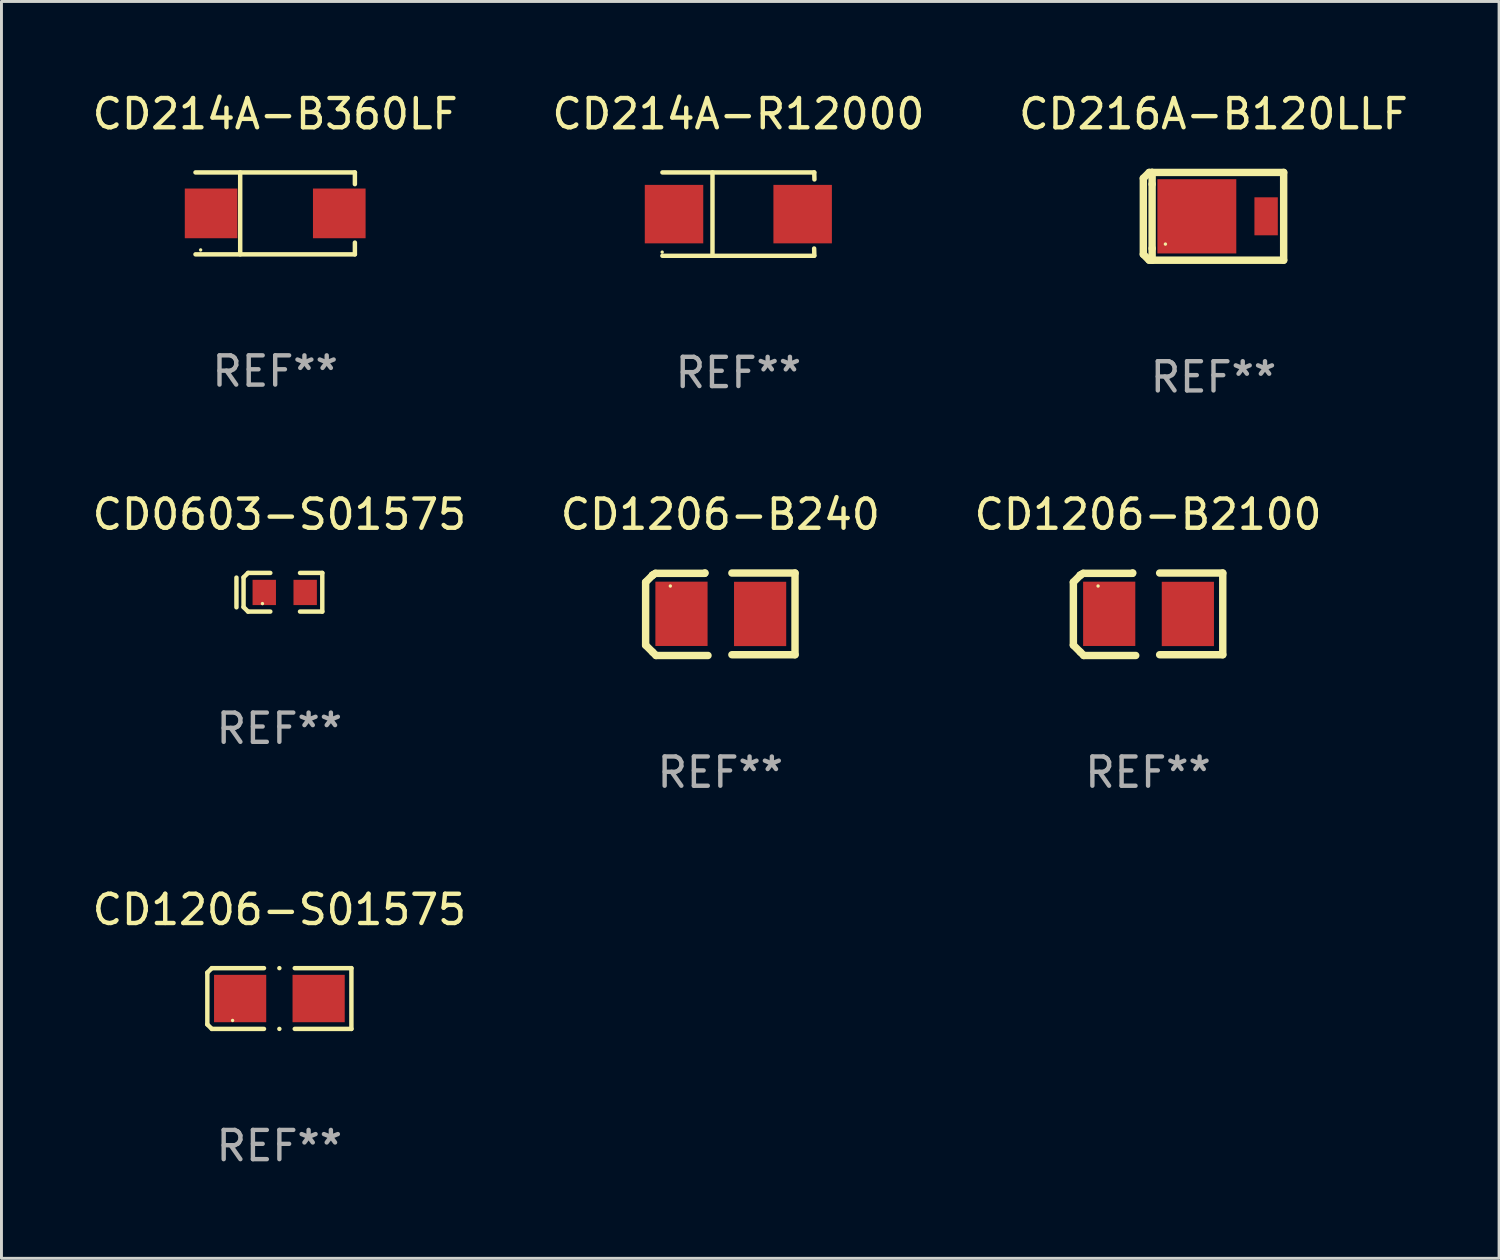
<source format=kicad_pcb>
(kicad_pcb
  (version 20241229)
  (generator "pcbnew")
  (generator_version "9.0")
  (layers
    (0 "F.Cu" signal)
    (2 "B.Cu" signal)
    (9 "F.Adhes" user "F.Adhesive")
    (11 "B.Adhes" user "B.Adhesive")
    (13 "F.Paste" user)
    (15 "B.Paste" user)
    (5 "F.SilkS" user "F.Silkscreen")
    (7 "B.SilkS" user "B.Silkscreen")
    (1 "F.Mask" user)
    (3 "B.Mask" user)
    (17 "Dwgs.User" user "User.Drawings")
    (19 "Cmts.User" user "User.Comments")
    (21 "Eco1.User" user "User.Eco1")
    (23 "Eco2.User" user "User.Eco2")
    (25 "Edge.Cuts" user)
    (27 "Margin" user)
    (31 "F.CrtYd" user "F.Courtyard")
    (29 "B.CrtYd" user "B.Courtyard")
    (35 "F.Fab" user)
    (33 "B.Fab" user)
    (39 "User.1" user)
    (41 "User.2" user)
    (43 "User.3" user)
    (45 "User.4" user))
  (footprint "CD214A-B360LF"
    (layer "F.Cu")
    (at 6.363 4.249)
    (property "Reference" "CD214A-B360LF" (at 0 -3.401 0) (layer "F.SilkS") (effects (font (size 1 1) (thickness 0.15))))
    (attr through_hole)
    (fp_line (start -2.726 -1.401) (end 2.726 -1.401) (stroke (width 0.152) (type solid)) (layer "F.SilkS"))
    (fp_line (start -2.726 1.401) (end 2.726 1.401) (stroke (width 0.152) (type solid)) (layer "F.SilkS"))
    (fp_line (start -1.197 -1.401) (end -1.197 1.401) (stroke (width 0.152) (type solid)) (layer "F.SilkS"))
    (fp_line (start 2.726 -1.401) (end 2.726 -1) (stroke (width 0.152) (type solid)) (layer "F.SilkS"))
    (fp_line (start 2.726 1.401) (end 2.726 1) (stroke (width 0.152) (type solid)) (layer "F.SilkS"))
    (fp_circle (center -2.55 1.25) (end -2.52 1.25) (stroke (width 0.06) (type solid)) (fill no) (layer "F.SilkS"))
    (fp_text user "REF**" (at 0 5.401 0) (layer "F.Fab") (effects (font (size 1 1) (thickness 0.15))))
    (pad "1" smd rect (at -2.192 0) (size 1.8 1.7) (layers "F.Cu" "F.Mask" "F.Paste"))
    (pad "2" smd rect (at 2.192 0) (size 1.8 1.7) (layers "F.Cu" "F.Mask" "F.Paste")))
  (footprint "CD1206-S01575"
    (layer "F.Cu")
    (at 6.506 31.105)
    (property "Reference" "CD1206-S01575" (at 0 -3.039 0) (layer "F.SilkS") (effects (font (size 1 1) (thickness 0.15))))
    (attr through_hole)
    (fp_line (start -2.464 -0.886) (end -2.311 -1.039) (stroke (width 0.152) (type solid)) (layer "F.SilkS"))
    (fp_line (start -2.464 0.886) (end -2.464 -0.886) (stroke (width 0.152) (type solid)) (layer "F.SilkS"))
    (fp_line (start -2.311 -1.039) (end -0.526 -1.039) (stroke (width 0.152) (type solid)) (layer "F.SilkS"))
    (fp_line (start -2.311 1.039) (end -2.464 0.886) (stroke (width 0.152) (type solid)) (layer "F.SilkS"))
    (fp_line (start -0.526 1.039) (end -2.311 1.039) (stroke (width 0.152) (type solid)) (layer "F.SilkS"))
    (fp_line (start 0.526 1.039) (end 2.464 1.039) (stroke (width 0.152) (type solid)) (layer "F.SilkS"))
    (fp_line (start 2.464 -1.039) (end 0.526 -1.039) (stroke (width 0.152) (type solid)) (layer "F.SilkS"))
    (fp_line (start 2.464 1.039) (end 2.464 -1.039) (stroke (width 0.152) (type solid)) (layer "F.SilkS"))
    (fp_circle (center -1.6 0.75) (end -1.57 0.75) (stroke (width 0.06) (type solid)) (fill no) (layer "F.SilkS"))
    (fp_circle (center -0.000038 -1.039) (end 0.038 -1.039) (stroke (width 0.076) (type solid)) (fill no) (layer "F.SilkS"))
    (fp_circle (center -0.000038 1.039) (end 0.038 1.039) (stroke (width 0.076) (type solid)) (fill no) (layer "F.SilkS"))
    (fp_text user "REF**" (at 0 5.039 0) (layer "F.Fab") (effects (font (size 1 1) (thickness 0.15))))
    (pad "1" smd rect (at -1.342 0.000013) (size 1.785 1.62) (layers "F.Cu" "F.Mask" "F.Paste"))
    (pad "2" smd rect (at 1.343 0.000013) (size 1.785 1.62) (layers "F.Cu" "F.Mask" "F.Paste")))
  (footprint "CD216A-B120LLF"
    (layer "F.Cu")
    (at 38.458 4.349)
    (property "Reference" "CD216A-B120LLF" (at 0 -3.501 0) (layer "F.SilkS") (effects (font (size 1 1) (thickness 0.15))))
    (attr through_hole)
    (fp_line (start -2.4 -1.3) (end -2.4 1.3) (stroke (width 0.254) (type solid)) (layer "F.SilkS"))
    (fp_line (start -2.4 1.3) (end -2.2 1.5) (stroke (width 0.254) (type solid)) (layer "F.SilkS"))
    (fp_line (start -2.2 -1.5) (end -2.4 -1.3) (stroke (width 0.254) (type solid)) (layer "F.SilkS"))
    (fp_line (start -2.2 1.5) (end -2.1 1.5) (stroke (width 0.254) (type solid)) (layer "F.SilkS"))
    (fp_line (start -2.1 -1.5) (end -2.2 -1.5) (stroke (width 0.254) (type solid)) (layer "F.SilkS"))
    (fp_line (start -2.1 -1.1) (end -2.1 1.1) (stroke (width 0.254) (type solid)) (layer "F.SilkS"))
    (fp_line (start -2.099 -1.501) (end 2.4 -1.501) (stroke (width 0.254) (type solid)) (layer "F.SilkS"))
    (fp_line (start -2.099 -1.1) (end -2.099 -1.501) (stroke (width 0.254) (type solid)) (layer "F.SilkS"))
    (fp_line (start -2.099 1.501) (end -2.099 1.1) (stroke (width 0.254) (type solid)) (layer "F.SilkS"))
    (fp_line (start 2.4 -1.501) (end 2.4 1.501) (stroke (width 0.254) (type solid)) (layer "F.SilkS"))
    (fp_line (start 2.4 1.501) (end -2.099 1.501) (stroke (width 0.254) (type solid)) (layer "F.SilkS"))
    (fp_circle (center -1.645 0.95) (end -1.615 0.95) (stroke (width 0.06) (type solid)) (fill no) (layer "F.SilkS"))
    (fp_text user "REF**" (at 0 5.501 0) (layer "F.Fab") (effects (font (size 1 1) (thickness 0.15))))
    (pad "1" smd rect (at -0.57 0) (size 2.7 2.54) (layers "F.Cu" "F.Mask" "F.Paste"))
    (pad "2" smd rect (at 1.8 0) (size 0.8 1.3) (layers "F.Cu" "F.Mask" "F.Paste")))
  (footprint "CD1206-B2100"
    (layer "F.Cu")
    (at 36.22 17.959)
    (property "Reference" "CD1206-B2100" (at 0 -3.412 0) (layer "F.SilkS") (effects (font (size 1 1) (thickness 0.15))))
    (attr through_hole)
    (fp_line (start -2.555 -1.096) (end -2.555 1.058) (stroke (width 0.254) (type solid)) (layer "F.SilkS"))
    (fp_line (start -2.555 -1.096) (end -2.316 -1.335) (stroke (width 0.254) (type solid)) (layer "F.SilkS"))
    (fp_line (start -2.555 1.058) (end -2.317 1.295) (stroke (width 0.254) (type solid)) (layer "F.SilkS"))
    (fp_line (start -2.32 -1.335) (end -2.32 -1.335) (stroke (width 0.254) (type solid)) (layer "F.SilkS"))
    (fp_line (start -2.32 -1.335) (end -2.22 -1.398) (stroke (width 0.254) (type solid)) (layer "F.SilkS"))
    (fp_line (start -2.317 1.295) (end -2.2 1.412) (stroke (width 0.254) (type solid)) (layer "F.SilkS"))
    (fp_line (start -2.316 -1.335) (end -2.32 -1.335) (stroke (width 0.254) (type solid)) (layer "F.SilkS"))
    (fp_line (start -2.22 -1.398) (end -0.536 -1.398) (stroke (width 0.254) (type solid)) (layer "F.SilkS"))
    (fp_line (start -2.2 1.412) (end -0.422 1.412) (stroke (width 0.254) (type solid)) (layer "F.SilkS"))
    (fp_line (start -0.536 -1.398) (end -0.522 -1.412) (stroke (width 0.254) (type solid)) (layer "F.SilkS"))
    (fp_line (start 0.396 -1.408) (end 2.555 -1.408) (stroke (width 0.254) (type solid)) (layer "F.SilkS"))
    (fp_line (start 2.555 -1.408) (end 2.555 1.386) (stroke (width 0.254) (type solid)) (layer "F.SilkS"))
    (fp_line (start 2.555 1.386) (end 0.396 1.386) (stroke (width 0.254) (type solid)) (layer "F.SilkS"))
    (fp_circle (center -1.71 -0.964) (end -1.68 -0.964) (stroke (width 0.06) (type solid)) (fill no) (layer "F.SilkS"))
    (fp_text user "REF**" (at 0 5.412 0) (layer "F.Fab") (effects (font (size 1 1) (thickness 0.15))))
    (pad "1" smd rect (at -1.329 -0.013) (size 1.785 2.2) (layers "F.Cu" "F.Mask" "F.Paste"))
    (pad "2" smd rect (at 1.361 -0.009) (size 1.785 2.2) (layers "F.Cu" "F.Mask" "F.Paste")))
  (footprint "CD1206-B240"
    (layer "F.Cu")
    (at 21.589 17.959)
    (property "Reference" "CD1206-B240" (at 0 -3.412 0) (layer "F.SilkS") (effects (font (size 1 1) (thickness 0.15))))
    (attr through_hole)
    (fp_line (start -2.555 -1.096) (end -2.555 1.058) (stroke (width 0.254) (type solid)) (layer "F.SilkS"))
    (fp_line (start -2.555 -1.096) (end -2.316 -1.335) (stroke (width 0.254) (type solid)) (layer "F.SilkS"))
    (fp_line (start -2.555 1.058) (end -2.317 1.295) (stroke (width 0.254) (type solid)) (layer "F.SilkS"))
    (fp_line (start -2.32 -1.335) (end -2.32 -1.335) (stroke (width 0.254) (type solid)) (layer "F.SilkS"))
    (fp_line (start -2.32 -1.335) (end -2.22 -1.398) (stroke (width 0.254) (type solid)) (layer "F.SilkS"))
    (fp_line (start -2.317 1.295) (end -2.2 1.412) (stroke (width 0.254) (type solid)) (layer "F.SilkS"))
    (fp_line (start -2.316 -1.335) (end -2.32 -1.335) (stroke (width 0.254) (type solid)) (layer "F.SilkS"))
    (fp_line (start -2.22 -1.398) (end -0.536 -1.398) (stroke (width 0.254) (type solid)) (layer "F.SilkS"))
    (fp_line (start -2.2 1.412) (end -0.422 1.412) (stroke (width 0.254) (type solid)) (layer "F.SilkS"))
    (fp_line (start -0.536 -1.398) (end -0.522 -1.412) (stroke (width 0.254) (type solid)) (layer "F.SilkS"))
    (fp_line (start 0.396 -1.408) (end 2.555 -1.408) (stroke (width 0.254) (type solid)) (layer "F.SilkS"))
    (fp_line (start 2.555 -1.408) (end 2.555 1.386) (stroke (width 0.254) (type solid)) (layer "F.SilkS"))
    (fp_line (start 2.555 1.386) (end 0.396 1.386) (stroke (width 0.254) (type solid)) (layer "F.SilkS"))
    (fp_circle (center -1.71 -0.964) (end -1.68 -0.964) (stroke (width 0.06) (type solid)) (fill no) (layer "F.SilkS"))
    (fp_text user "REF**" (at 0 5.412 0) (layer "F.Fab") (effects (font (size 1 1) (thickness 0.15))))
    (pad "1" smd rect (at -1.329 -0.013) (size 1.785 2.2) (layers "F.Cu" "F.Mask" "F.Paste"))
    (pad "2" smd rect (at 1.361 -0.009) (size 1.785 2.2) (layers "F.Cu" "F.Mask" "F.Paste")))
  (footprint "CD214A-R12000"
    (layer "F.Cu")
    (at 22.208 4.274)
    (property "Reference" "CD214A-R12000" (at 0 -3.426 0) (layer "F.SilkS") (effects (font (size 1 1) (thickness 0.15))))
    (attr through_hole)
    (fp_line (start -2.6 -1.426) (end 2.593 -1.426) (stroke (width 0.152) (type solid)) (layer "F.SilkS"))
    (fp_line (start -2.6 1.426) (end 2.593 1.426) (stroke (width 0.152) (type solid)) (layer "F.SilkS"))
    (fp_line (start -0.887 -1.426) (end -0.887 1.426) (stroke (width 0.152) (type solid)) (layer "F.SilkS"))
    (fp_line (start 2.59 1.176) (end 2.597 1.415) (stroke (width 0.152) (type solid)) (layer "F.SilkS"))
    (fp_line (start 2.593 -1.426) (end 2.6 -1.187) (stroke (width 0.152) (type solid)) (layer "F.SilkS"))
    (fp_circle (center -2.608 1.3) (end -2.578 1.3) (stroke (width 0.06) (type solid)) (fill no) (layer "F.SilkS"))
    (fp_text user "REF**" (at 0 5.426 0) (layer "F.Fab") (effects (font (size 1 1) (thickness 0.15))))
    (pad "1" smd rect (at -2.203 0 180) (size 2 2) (layers "F.Cu" "F.Mask" "F.Paste"))
    (pad "2" smd rect (at 2.197 0 180) (size 2 2) (layers "F.Cu" "F.Mask" "F.Paste")))
  (footprint "CD0603-S01575"
    (layer "F.Cu")
    (at 6.506 17.208)
    (property "Reference" "CD0603-S01575" (at 0 -2.661 0) (layer "F.SilkS") (effects (font (size 1 1) (thickness 0.15))))
    (attr through_hole)
    (fp_line (start -1.468 -0.501) (end -1.468 0.515) (stroke (width 0.152) (type solid)) (layer "F.SilkS"))
    (fp_line (start -1.225 -0.508) (end -1.072 -0.661) (stroke (width 0.152) (type solid)) (layer "F.SilkS"))
    (fp_line (start -1.225 0.508) (end -1.225 -0.508) (stroke (width 0.152) (type solid)) (layer "F.SilkS"))
    (fp_line (start -1.072 -0.661) (end -0.31 -0.661) (stroke (width 0.152) (type solid)) (layer "F.SilkS"))
    (fp_line (start -1.072 0.661) (end -1.225 0.508) (stroke (width 0.152) (type solid)) (layer "F.SilkS"))
    (fp_line (start -1.072 0.661) (end -0.31 0.661) (stroke (width 0.152) (type solid)) (layer "F.SilkS"))
    (fp_line (start 1.468 -0.661) (end 0.706 -0.661) (stroke (width 0.152) (type solid)) (layer "F.SilkS"))
    (fp_line (start 1.468 -0.661) (end 1.468 0.661) (stroke (width 0.152) (type solid)) (layer "F.SilkS"))
    (fp_line (start 1.468 0.661) (end 0.706 0.661) (stroke (width 0.152) (type solid)) (layer "F.SilkS"))
    (fp_circle (center -0.579 0.388) (end -0.549 0.388) (stroke (width 0.06) (type solid)) (fill no) (layer "F.SilkS"))
    (fp_text user "REF**" (at 0 4.661 0) (layer "F.Fab") (effects (font (size 1 1) (thickness 0.15))))
    (pad "1" smd rect (at -0.517 0.007) (size 0.8 0.864) (layers "F.Cu" "F.Mask" "F.Paste"))
    (pad "2" smd rect (at 0.883 0.007) (size 0.8 0.864) (layers "F.Cu" "F.Mask" "F.Paste")))
  (gr_rect
    (start -3 -3)
    (end 48.226 39.992)
    (stroke (width 0.1) (type default))
    (fill no)
    (layer "Edge.Cuts")))
</source>
